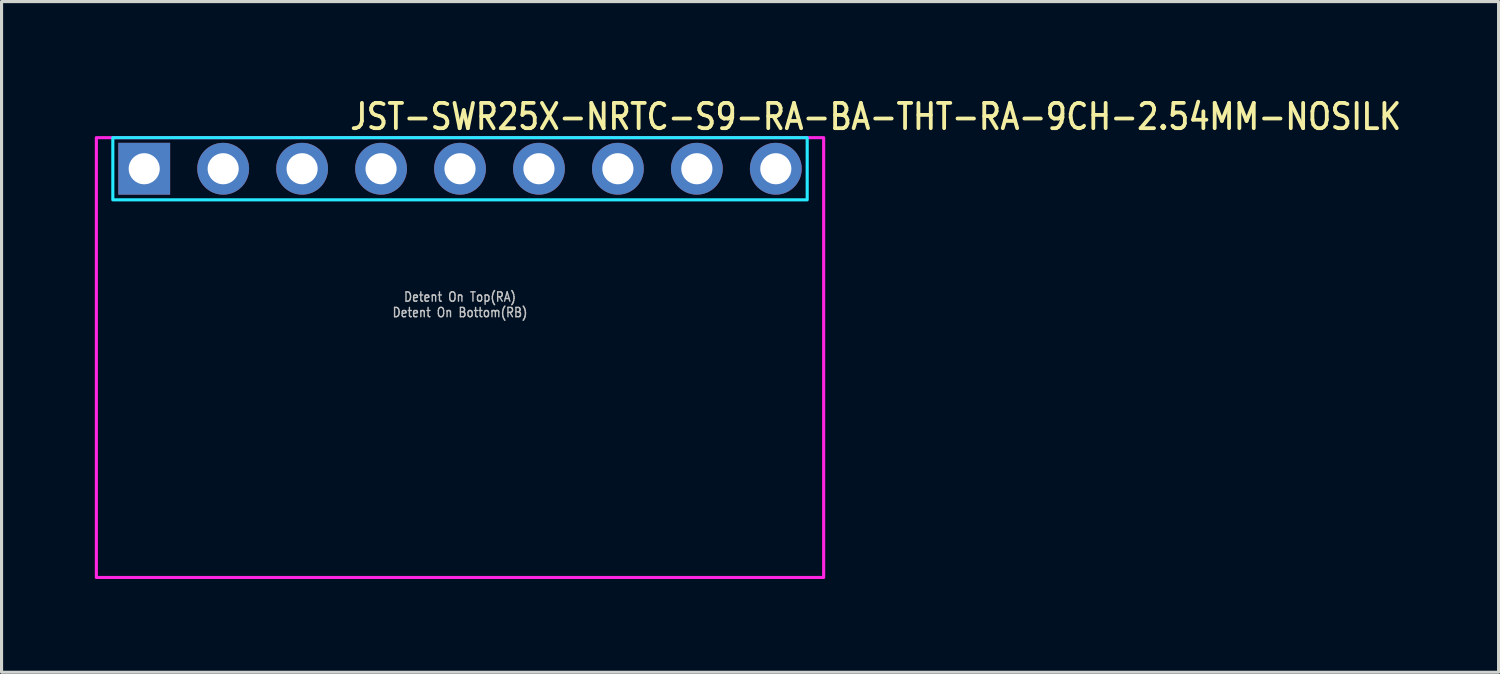
<source format=kicad_pcb>
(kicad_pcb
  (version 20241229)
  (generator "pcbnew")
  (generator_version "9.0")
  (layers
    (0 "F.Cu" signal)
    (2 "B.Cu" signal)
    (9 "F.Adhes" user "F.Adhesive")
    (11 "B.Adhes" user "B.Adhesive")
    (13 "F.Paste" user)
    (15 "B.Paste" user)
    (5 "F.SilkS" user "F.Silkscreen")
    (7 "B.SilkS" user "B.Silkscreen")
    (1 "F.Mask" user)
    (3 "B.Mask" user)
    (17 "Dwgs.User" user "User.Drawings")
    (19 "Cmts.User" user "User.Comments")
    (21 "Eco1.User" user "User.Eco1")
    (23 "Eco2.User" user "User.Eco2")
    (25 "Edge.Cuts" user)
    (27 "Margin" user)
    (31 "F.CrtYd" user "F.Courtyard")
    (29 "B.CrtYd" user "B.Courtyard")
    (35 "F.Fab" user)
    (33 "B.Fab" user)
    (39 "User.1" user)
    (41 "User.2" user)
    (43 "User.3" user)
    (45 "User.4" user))
  (footprint "JST-SWR25X-NRTC-S9-RA-BA-THT-RA-9CH-2.54MM-NOSILK"
    (layer "F.Cu")
    (at 11.75 2.379)
    (property "Reference" "JST-SWR25X-NRTC-S9-RA-BA-THT-RA-9CH-2.54MM-NOSILK" (at -3.6 -1.2 0) (unlocked yes) (layer "F.SilkS") (effects (font (size 0.813 0.695) (thickness 0.122)) (justify left bottom)))
    (fp_poly (pts (xy -11.17 -1) (xy -11.17 1) (xy 11.17 1) (xy 11.17 -1)) (stroke (width 0.1) (type solid)) (fill no) (layer "B.CrtYd"))
    (fp_poly (pts (xy -11.7 -1) (xy -11.7 13.15) (xy 11.7 13.15) (xy 11.7 -1)) (stroke (width 0.1) (type solid)) (fill no) (layer "F.CrtYd"))
    (fp_text user "Detent On Top(RA)" (at 0 4.3 0) (unlocked yes) (layer "Dwgs.User") (effects (font (size 0.3 0.257) (thickness 0.045)) (justify bottom)))
    (fp_text user "Detent On Bottom(RB)" (at 0 4.8 0) (unlocked yes) (layer "Dwgs.User") (effects (font (size 0.3 0.257) (thickness 0.045)) (justify bottom)))
    (pad "P$1" thru_hole rect (at -10.16 0) (size 1.667 1.667) (drill 1) (layers "*.Cu" "*.Mask"))
    (pad "P$2" thru_hole oval (at -7.62 0) (size 1.667 1.667) (drill 1) (layers "*.Cu" "*.Mask"))
    (pad "P$3" thru_hole oval (at -5.08 0) (size 1.667 1.667) (drill 1) (layers "*.Cu" "*.Mask"))
    (pad "P$4" thru_hole oval (at -2.54 0) (size 1.667 1.667) (drill 1) (layers "*.Cu" "*.Mask"))
    (pad "P$5" thru_hole oval (at 0 0) (size 1.667 1.667) (drill 1) (layers "*.Cu" "*.Mask"))
    (pad "P$6" thru_hole oval (at 2.54 0) (size 1.667 1.667) (drill 1) (layers "*.Cu" "*.Mask"))
    (pad "P$7" thru_hole oval (at 5.08 0) (size 1.667 1.667) (drill 1) (layers "*.Cu" "*.Mask"))
    (pad "P$8" thru_hole oval (at 7.62 0) (size 1.667 1.667) (drill 1) (layers "*.Cu" "*.Mask"))
    (pad "P$9" thru_hole oval (at 10.16 0) (size 1.667 1.667) (drill 1) (layers "*.Cu" "*.Mask")))
  (gr_rect
    (start -3 -3)
    (end 45.164 18.579)
    (stroke (width 0.1) (type default))
    (fill no)
    (layer "Edge.Cuts")))
</source>
